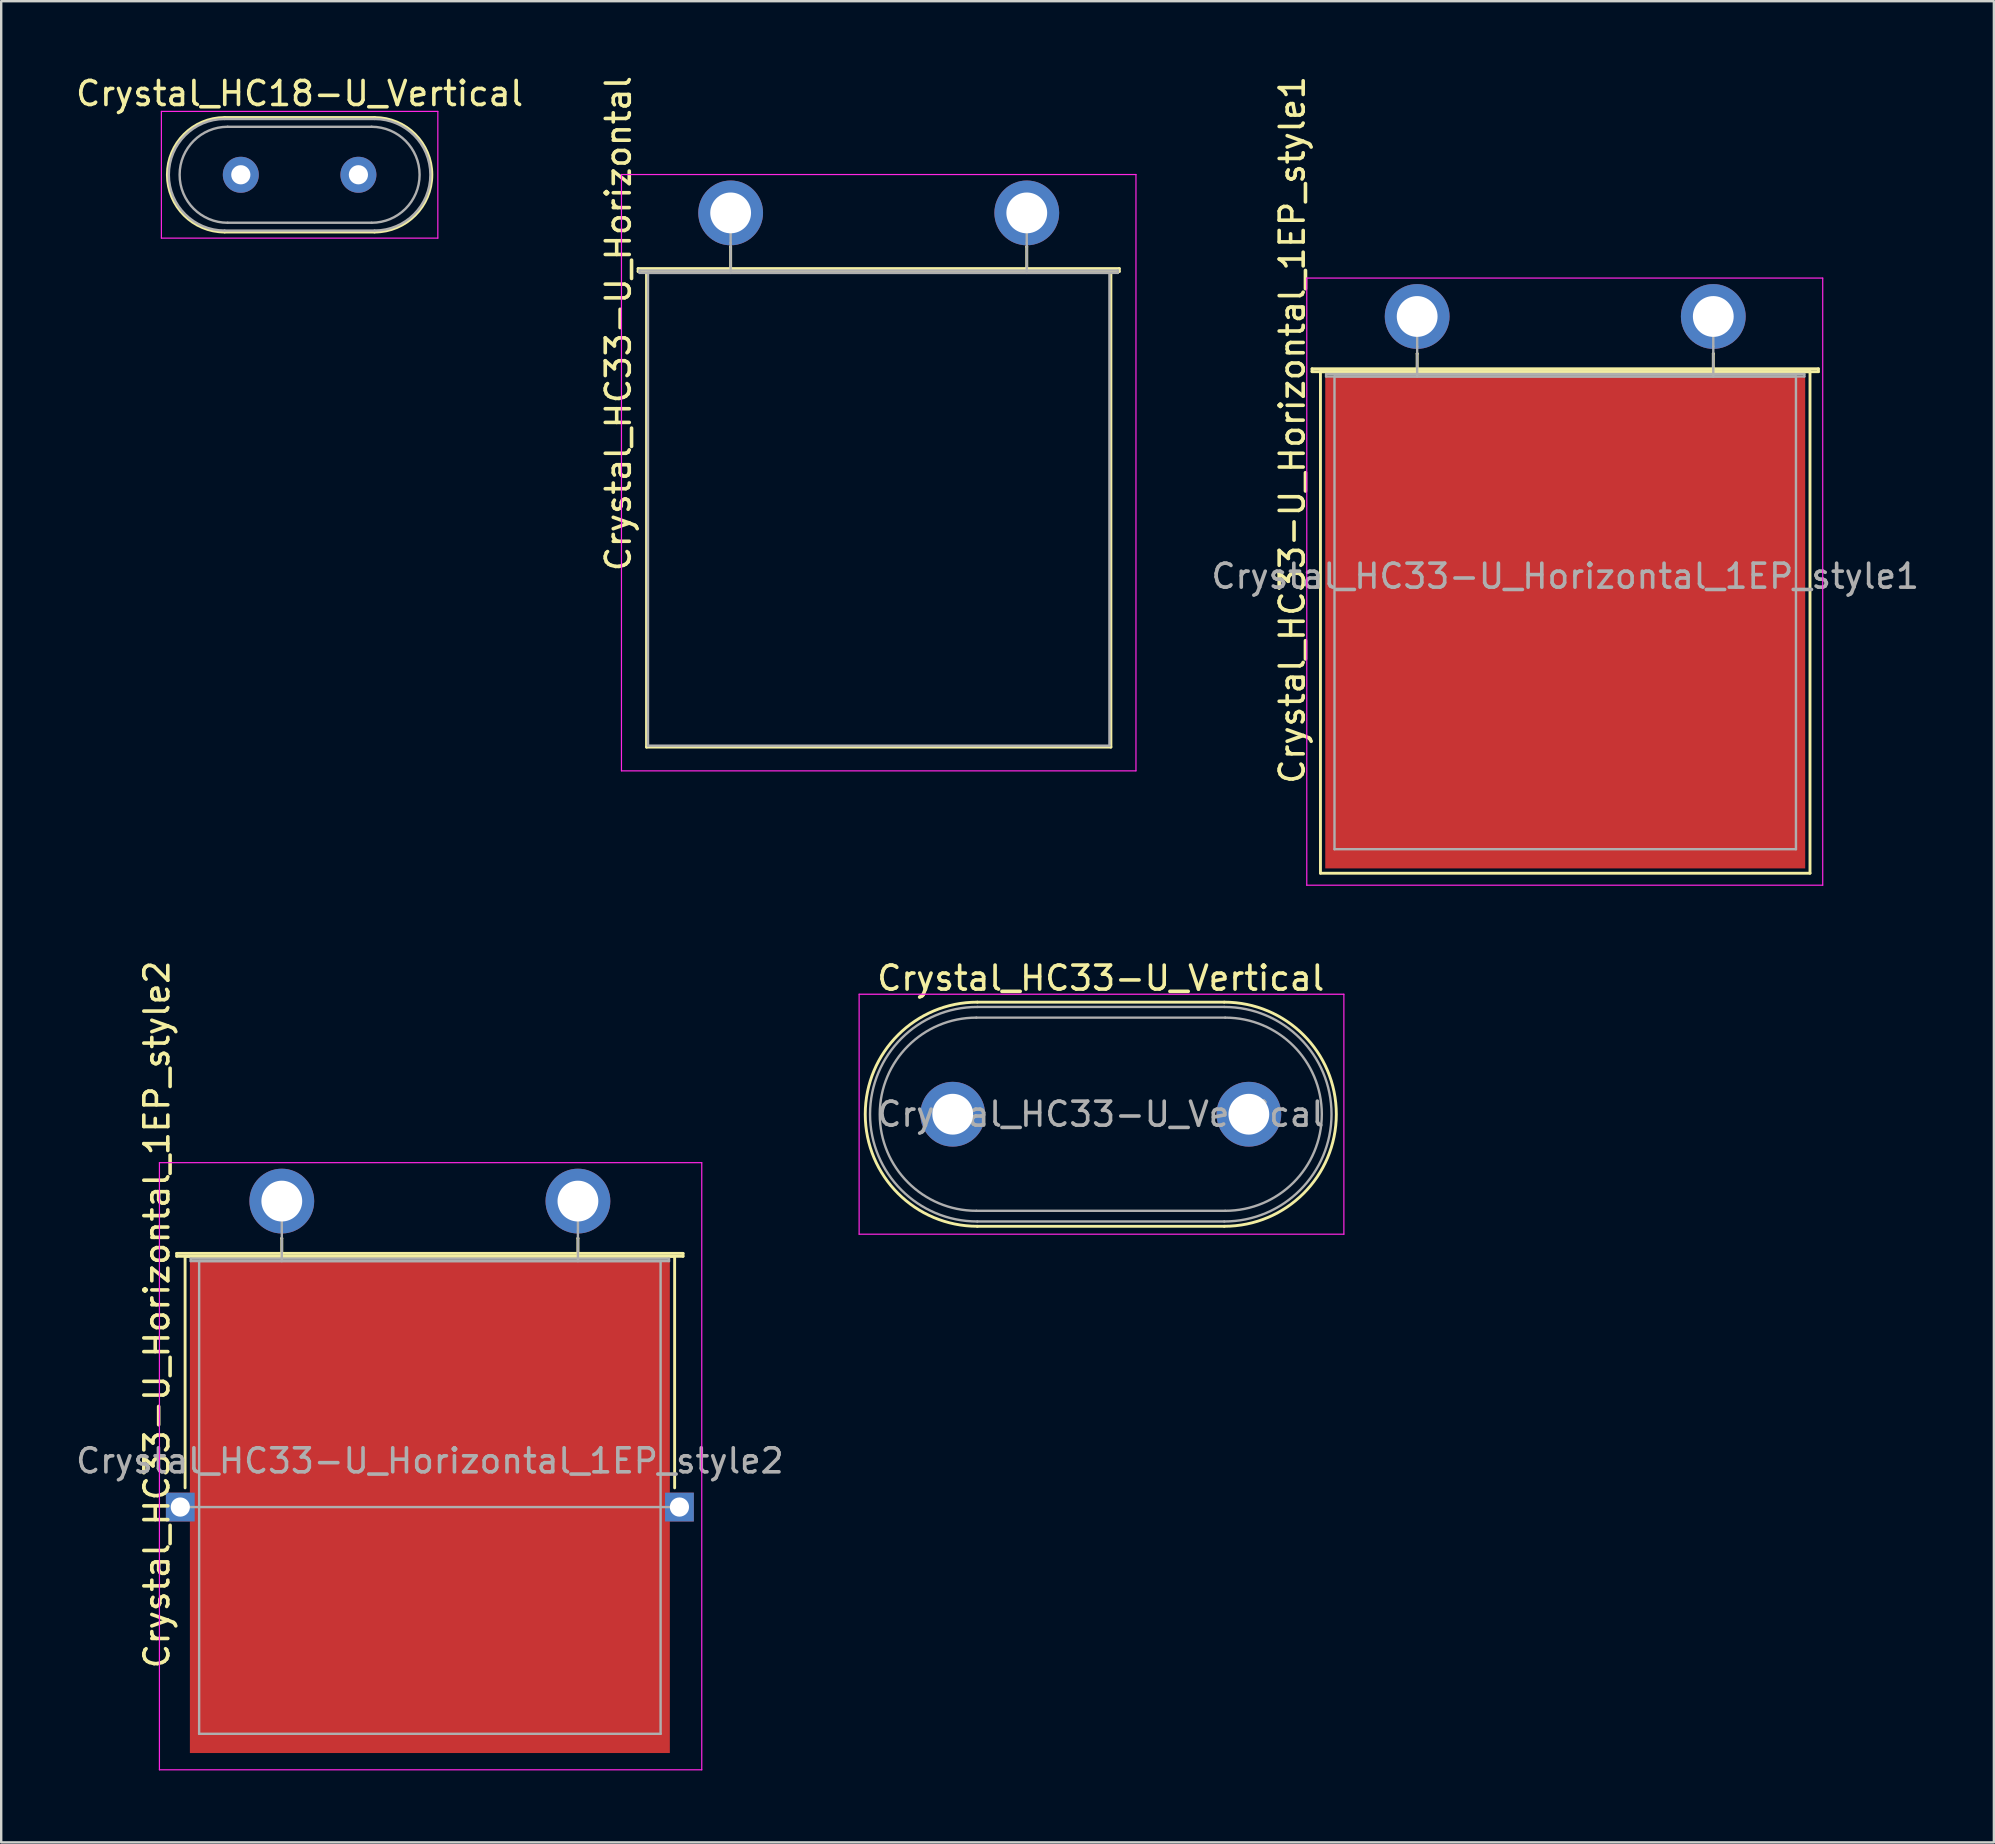
<source format=kicad_pcb>
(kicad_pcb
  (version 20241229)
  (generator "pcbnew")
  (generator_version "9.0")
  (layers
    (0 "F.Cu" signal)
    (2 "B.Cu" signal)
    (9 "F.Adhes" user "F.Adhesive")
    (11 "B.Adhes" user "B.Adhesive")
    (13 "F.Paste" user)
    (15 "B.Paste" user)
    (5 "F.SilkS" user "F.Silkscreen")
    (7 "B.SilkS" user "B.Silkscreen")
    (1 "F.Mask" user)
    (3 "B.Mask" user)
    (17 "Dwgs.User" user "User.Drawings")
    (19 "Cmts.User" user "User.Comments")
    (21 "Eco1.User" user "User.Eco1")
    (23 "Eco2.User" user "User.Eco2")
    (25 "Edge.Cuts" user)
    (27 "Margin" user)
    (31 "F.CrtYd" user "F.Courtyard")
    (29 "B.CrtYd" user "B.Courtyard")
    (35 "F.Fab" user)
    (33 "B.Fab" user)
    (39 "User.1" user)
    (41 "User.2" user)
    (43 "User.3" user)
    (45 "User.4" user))
  (footprint "Crystal_HC33-U_Vertical"
    (layer "F.Cu")
    (at 36.651 43.381)
    (property "Reference" "Crystal_HC33-U_Vertical" (at 6.17 -5.67 0) (layer "F.SilkS") (effects (font (size 1 1) (thickness 0.15))))
    (attr through_hole)
    (fp_line (start 1.025 -4.67) (end 11.315 -4.67) (stroke (width 0.12) (type solid)) (layer "F.SilkS"))
    (fp_line (start 1.025 4.67) (end 11.315 4.67) (stroke (width 0.12) (type solid)) (layer "F.SilkS"))
    (fp_arc (start 1.025 4.67) (mid -3.645 0) (end 1.025 -4.67) (stroke (width 0.12) (type solid)) (layer "F.SilkS"))
    (fp_arc (start 11.315 -4.67) (mid 15.985 0) (end 11.315 4.67) (stroke (width 0.12) (type solid)) (layer "F.SilkS"))
    (fp_line (start -3.9 -5) (end -3.9 5) (stroke (width 0.05) (type solid)) (layer "F.CrtYd"))
    (fp_line (start -3.9 5) (end 16.3 5) (stroke (width 0.05) (type solid)) (layer "F.CrtYd"))
    (fp_line (start 16.3 -5) (end -3.9 -5) (stroke (width 0.05) (type solid)) (layer "F.CrtYd"))
    (fp_line (start 16.3 5) (end 16.3 -5) (stroke (width 0.05) (type solid)) (layer "F.CrtYd"))
    (fp_line (start 0.985 -4.025) (end 11.355 -4.025) (stroke (width 0.1) (type solid)) (layer "F.Fab"))
    (fp_line (start 0.985 4.025) (end 11.355 4.025) (stroke (width 0.1) (type solid)) (layer "F.Fab"))
    (fp_line (start 1.025 -4.47) (end 11.315 -4.47) (stroke (width 0.1) (type solid)) (layer "F.Fab"))
    (fp_line (start 1.025 4.47) (end 11.315 4.47) (stroke (width 0.1) (type solid)) (layer "F.Fab"))
    (fp_arc (start 0.985 4.025) (mid -3.04 0) (end 0.985 -4.025) (stroke (width 0.1) (type solid)) (layer "F.Fab"))
    (fp_arc (start 1.025 4.47) (mid -3.445 0) (end 1.025 -4.47) (stroke (width 0.1) (type solid)) (layer "F.Fab"))
    (fp_arc (start 11.315 -4.47) (mid 15.785 0) (end 11.315 4.47) (stroke (width 0.1) (type solid)) (layer "F.Fab"))
    (fp_arc (start 11.355 -4.025) (mid 15.38 0) (end 11.355 4.025) (stroke (width 0.1) (type solid)) (layer "F.Fab"))
    (fp_text user "${REFERENCE}" (at 6.17 0 0) (layer "F.Fab") (effects (font (size 1 1) (thickness 0.15))))
    (pad "1" thru_hole circle (at 0 0) (size 2.7 2.7) (drill 1.7) (layers "*.Cu" "*.Mask"))
    (pad "2" thru_hole circle (at 12.34 0) (size 2.7 2.7) (drill 1.7) (layers "*.Cu" "*.Mask")))
  (footprint "Crystal_HC33-U_Horizontal"
    (layer "F.Cu")
    (at 27.397 5.822)
    (property "Reference" "Crystal_HC33-U_Horizontal" (at -4.68 4.612 90) (layer "F.SilkS") (effects (font (size 1 1) (thickness 0.15))))
    (attr through_hole)
    (fp_line (start -3.855 2.32) (end 16.195 2.32) (stroke (width 0.12) (type solid)) (layer "F.SilkS"))
    (fp_line (start -3.855 2.44) (end -3.855 2.32) (stroke (width 0.12) (type solid)) (layer "F.SilkS"))
    (fp_line (start -3.505 2.44) (end -3.505 22.26) (stroke (width 0.12) (type solid)) (layer "F.SilkS"))
    (fp_line (start -3.505 22.26) (end 15.845 22.26) (stroke (width 0.12) (type solid)) (layer "F.SilkS"))
    (fp_line (start 0 1.41) (end 0 1.41) (stroke (width 0.12) (type solid)) (layer "F.SilkS"))
    (fp_line (start 0 2.44) (end 0 1.41) (stroke (width 0.12) (type solid)) (layer "F.SilkS"))
    (fp_line (start 12.34 1.41) (end 12.34 1.41) (stroke (width 0.12) (type solid)) (layer "F.SilkS"))
    (fp_line (start 12.34 2.44) (end 12.34 1.41) (stroke (width 0.12) (type solid)) (layer "F.SilkS"))
    (fp_line (start 15.845 2.44) (end -3.505 2.44) (stroke (width 0.12) (type solid)) (layer "F.SilkS"))
    (fp_line (start 15.845 22.26) (end 15.845 2.44) (stroke (width 0.12) (type solid)) (layer "F.SilkS"))
    (fp_line (start 16.195 2.32) (end 16.195 2.44) (stroke (width 0.12) (type solid)) (layer "F.SilkS"))
    (fp_line (start 16.195 2.44) (end -3.855 2.44) (stroke (width 0.12) (type solid)) (layer "F.SilkS"))
    (fp_line (start -4.55 -1.6) (end -4.55 23.25) (stroke (width 0.05) (type solid)) (layer "F.CrtYd"))
    (fp_line (start -4.55 23.25) (end 16.89 23.25) (stroke (width 0.05) (type solid)) (layer "F.CrtYd"))
    (fp_line (start 16.89 -1.6) (end -4.55 -1.6) (stroke (width 0.05) (type solid)) (layer "F.CrtYd"))
    (fp_line (start 16.89 23.25) (end 16.89 -1.6) (stroke (width 0.05) (type solid)) (layer "F.CrtYd"))
    (fp_line (start -3.795 2.4) (end 16.135 2.4) (stroke (width 0.1) (type solid)) (layer "F.Fab"))
    (fp_line (start -3.795 2.5) (end -3.795 2.4) (stroke (width 0.1) (type solid)) (layer "F.Fab"))
    (fp_line (start -3.445 2.5) (end -3.445 22.2) (stroke (width 0.1) (type solid)) (layer "F.Fab"))
    (fp_line (start -3.445 22.2) (end 15.785 22.2) (stroke (width 0.1) (type solid)) (layer "F.Fab"))
    (fp_line (start 0 1.25) (end 0 0) (stroke (width 0.1) (type solid)) (layer "F.Fab"))
    (fp_line (start 0 2.5) (end 0 1.25) (stroke (width 0.1) (type solid)) (layer "F.Fab"))
    (fp_line (start 12.34 1.25) (end 12.34 0) (stroke (width 0.1) (type solid)) (layer "F.Fab"))
    (fp_line (start 12.34 2.5) (end 12.34 1.25) (stroke (width 0.1) (type solid)) (layer "F.Fab"))
    (fp_line (start 15.785 2.5) (end -3.445 2.5) (stroke (width 0.1) (type solid)) (layer "F.Fab"))
    (fp_line (start 15.785 22.2) (end 15.785 2.5) (stroke (width 0.1) (type solid)) (layer "F.Fab"))
    (fp_line (start 16.135 2.4) (end 16.135 2.5) (stroke (width 0.1) (type solid)) (layer "F.Fab"))
    (fp_line (start 16.135 2.5) (end -3.795 2.5) (stroke (width 0.1) (type solid)) (layer "F.Fab"))
    (pad "1" thru_hole circle (at 0 0) (size 2.7 2.7) (drill 1.7) (layers "*.Cu" "*.Mask"))
    (pad "2" thru_hole circle (at 12.34 0) (size 2.7 2.7) (drill 1.7) (layers "*.Cu" "*.Mask")))
  (footprint "Crystal_HC33-U_Horizontal_1EP_style1"
    (layer "F.Cu")
    (at 56.005 10.138)
    (property "Reference" "Crystal_HC33-U_Horizontal_1EP_style1" (at -5.205 4.725 90) (layer "F.SilkS") (effects (font (size 1 1) (thickness 0.15))))
    (attr through_hole)
    (fp_line (start -4.38 2.18) (end 16.72 2.18) (stroke (width 0.12) (type solid)) (layer "F.SilkS"))
    (fp_line (start -4.38 2.3) (end -4.38 2.18) (stroke (width 0.12) (type solid)) (layer "F.SilkS"))
    (fp_line (start -4.03 2.3) (end -4.03 23.2) (stroke (width 0.12) (type solid)) (layer "F.SilkS"))
    (fp_line (start -4.03 23.2) (end 16.37 23.2) (stroke (width 0.12) (type solid)) (layer "F.SilkS"))
    (fp_line (start 0 1.55) (end 0 1.55) (stroke (width 0.12) (type solid)) (layer "F.SilkS"))
    (fp_line (start 0 2.3) (end 0 1.55) (stroke (width 0.12) (type solid)) (layer "F.SilkS"))
    (fp_line (start 12.34 1.55) (end 12.34 1.55) (stroke (width 0.12) (type solid)) (layer "F.SilkS"))
    (fp_line (start 12.34 2.3) (end 12.34 1.55) (stroke (width 0.12) (type solid)) (layer "F.SilkS"))
    (fp_line (start 16.37 2.3) (end -4.03 2.3) (stroke (width 0.12) (type solid)) (layer "F.SilkS"))
    (fp_line (start 16.37 23.2) (end 16.37 2.3) (stroke (width 0.12) (type solid)) (layer "F.SilkS"))
    (fp_line (start 16.72 2.18) (end 16.72 2.3) (stroke (width 0.12) (type solid)) (layer "F.SilkS"))
    (fp_line (start 16.72 2.3) (end -4.38 2.3) (stroke (width 0.12) (type solid)) (layer "F.SilkS"))
    (fp_line (start -4.6 -1.6) (end -4.6 23.7) (stroke (width 0.05) (type solid)) (layer "F.CrtYd"))
    (fp_line (start -4.6 23.7) (end 16.9 23.7) (stroke (width 0.05) (type solid)) (layer "F.CrtYd"))
    (fp_line (start 16.9 -1.6) (end -4.6 -1.6) (stroke (width 0.05) (type solid)) (layer "F.CrtYd"))
    (fp_line (start 16.9 23.7) (end 16.9 -1.6) (stroke (width 0.05) (type solid)) (layer "F.CrtYd"))
    (fp_line (start -3.795 2.4) (end 16.135 2.4) (stroke (width 0.1) (type solid)) (layer "F.Fab"))
    (fp_line (start -3.795 2.5) (end -3.795 2.4) (stroke (width 0.1) (type solid)) (layer "F.Fab"))
    (fp_line (start -3.445 2.5) (end -3.445 22.2) (stroke (width 0.1) (type solid)) (layer "F.Fab"))
    (fp_line (start -3.445 22.2) (end 15.785 22.2) (stroke (width 0.1) (type solid)) (layer "F.Fab"))
    (fp_line (start 0 1.25) (end 0 0) (stroke (width 0.1) (type solid)) (layer "F.Fab"))
    (fp_line (start 0 2.5) (end 0 1.25) (stroke (width 0.1) (type solid)) (layer "F.Fab"))
    (fp_line (start 12.34 1.25) (end 12.34 0) (stroke (width 0.1) (type solid)) (layer "F.Fab"))
    (fp_line (start 12.34 2.5) (end 12.34 1.25) (stroke (width 0.1) (type solid)) (layer "F.Fab"))
    (fp_line (start 15.785 2.5) (end -3.445 2.5) (stroke (width 0.1) (type solid)) (layer "F.Fab"))
    (fp_line (start 15.785 22.2) (end 15.785 2.5) (stroke (width 0.1) (type solid)) (layer "F.Fab"))
    (fp_line (start 16.135 2.4) (end 16.135 2.5) (stroke (width 0.1) (type solid)) (layer "F.Fab"))
    (fp_line (start 16.135 2.5) (end -3.795 2.5) (stroke (width 0.1) (type solid)) (layer "F.Fab"))
    (fp_text user "${REFERENCE}" (at 6.17 10.825 0) (layer "F.Fab") (effects (font (size 1 1) (thickness 0.15))))
    (pad "1" thru_hole circle (at 0 0) (size 2.7 2.7) (drill 1.7) (layers "*.Cu" "*.Mask"))
    (pad "2" thru_hole circle (at 12.34 0) (size 2.7 2.7) (drill 1.7) (layers "*.Cu" "*.Mask"))
    (pad "3" smd rect (at 6.17 12.75) (size 20 20.5) (layers "F.Cu" "F.Mask" "F.Paste")))
  (footprint "Crystal_HC18-U_Vertical"
    (layer "F.Cu")
    (at 6.985 4.233)
    (property "Reference" "Crystal_HC18-U_Vertical" (at 2.45 -3.385 0) (layer "F.SilkS") (effects (font (size 1 1) (thickness 0.15))))
    (attr through_hole)
    (fp_line (start -0.675 -2.385) (end 5.575 -2.385) (stroke (width 0.12) (type solid)) (layer "F.SilkS"))
    (fp_line (start -0.675 2.385) (end 5.575 2.385) (stroke (width 0.12) (type solid)) (layer "F.SilkS"))
    (fp_arc (start -0.675 2.385) (mid -3.06 0) (end -0.675 -2.385) (stroke (width 0.12) (type solid)) (layer "F.SilkS"))
    (fp_arc (start 5.575 -2.385) (mid 7.96 0) (end 5.575 2.385) (stroke (width 0.12) (type solid)) (layer "F.SilkS"))
    (fp_line (start -3.31 -2.64) (end -3.31 2.64) (stroke (width 0.05) (type solid)) (layer "F.CrtYd"))
    (fp_line (start -3.31 2.64) (end 8.21 2.64) (stroke (width 0.05) (type solid)) (layer "F.CrtYd"))
    (fp_line (start 8.21 -2.64) (end -3.31 -2.64) (stroke (width 0.05) (type solid)) (layer "F.CrtYd"))
    (fp_line (start 8.21 2.64) (end 8.21 -2.64) (stroke (width 0.05) (type solid)) (layer "F.CrtYd"))
    (fp_line (start -0.675 -2.325) (end 5.575 -2.325) (stroke (width 0.1) (type solid)) (layer "F.Fab"))
    (fp_line (start -0.675 2.325) (end 5.575 2.325) (stroke (width 0.1) (type solid)) (layer "F.Fab"))
    (fp_line (start -0.55 -2) (end 5.45 -2) (stroke (width 0.1) (type solid)) (layer "F.Fab"))
    (fp_line (start -0.55 2) (end 5.45 2) (stroke (width 0.1) (type solid)) (layer "F.Fab"))
    (fp_arc (start -0.675 2.325) (mid -3 0) (end -0.675 -2.325) (stroke (width 0.1) (type solid)) (layer "F.Fab"))
    (fp_arc (start -0.55 2) (mid -2.55 0) (end -0.55 -2) (stroke (width 0.1) (type solid)) (layer "F.Fab"))
    (fp_arc (start 5.45 -2) (mid 7.45 0) (end 5.45 2) (stroke (width 0.1) (type solid)) (layer "F.Fab"))
    (fp_arc (start 5.575 -2.325) (mid 7.9 0) (end 5.575 2.325) (stroke (width 0.1) (type solid)) (layer "F.Fab"))
    (pad "1" thru_hole circle (at 0 0) (size 1.5 1.5) (drill 0.8) (layers "*.Cu" "*.Mask"))
    (pad "2" thru_hole circle (at 4.9 0) (size 1.5 1.5) (drill 0.8) (layers "*.Cu" "*.Mask")))
  (footprint "Crystal_HC33-U_Horizontal_1EP_style2"
    (layer "F.Cu")
    (at 8.693 47.001)
    (property "Reference" "Crystal_HC33-U_Horizontal_1EP_style2" (at -5.205 4.725 90) (layer "F.SilkS") (effects (font (size 1 1) (thickness 0.15))))
    (attr through_hole)
    (fp_line (start -4.38 2.18) (end 16.72 2.18) (stroke (width 0.12) (type solid)) (layer "F.SilkS"))
    (fp_line (start -4.38 2.3) (end -4.38 2.18) (stroke (width 0.12) (type solid)) (layer "F.SilkS"))
    (fp_line (start -4.03 2.3) (end 16.37 2.3) (stroke (width 0.12) (type solid)) (layer "F.SilkS"))
    (fp_line (start -4.03 11.95) (end -4.03 2.3) (stroke (width 0.12) (type solid)) (layer "F.SilkS"))
    (fp_line (start 0 1.55) (end 0 1.55) (stroke (width 0.12) (type solid)) (layer "F.SilkS"))
    (fp_line (start 0 2.3) (end 0 1.55) (stroke (width 0.12) (type solid)) (layer "F.SilkS"))
    (fp_line (start 12.34 1.55) (end 12.34 1.55) (stroke (width 0.12) (type solid)) (layer "F.SilkS"))
    (fp_line (start 12.34 2.3) (end 12.34 1.55) (stroke (width 0.12) (type solid)) (layer "F.SilkS"))
    (fp_line (start 16.37 2.3) (end 16.37 11.95) (stroke (width 0.12) (type solid)) (layer "F.SilkS"))
    (fp_line (start 16.72 2.18) (end 16.72 2.3) (stroke (width 0.12) (type solid)) (layer "F.SilkS"))
    (fp_line (start 16.72 2.3) (end -4.38 2.3) (stroke (width 0.12) (type solid)) (layer "F.SilkS"))
    (fp_line (start -5.1 -1.6) (end -5.1 23.7) (stroke (width 0.05) (type solid)) (layer "F.CrtYd"))
    (fp_line (start -5.1 23.7) (end 17.5 23.7) (stroke (width 0.05) (type solid)) (layer "F.CrtYd"))
    (fp_line (start 17.5 -1.6) (end -5.1 -1.6) (stroke (width 0.05) (type solid)) (layer "F.CrtYd"))
    (fp_line (start 17.5 23.7) (end 17.5 -1.6) (stroke (width 0.05) (type solid)) (layer "F.CrtYd"))
    (fp_line (start -4.23 12.75) (end 16.57 12.75) (stroke (width 0.1) (type solid)) (layer "F.Fab"))
    (fp_line (start -3.795 2.4) (end 16.135 2.4) (stroke (width 0.1) (type solid)) (layer "F.Fab"))
    (fp_line (start -3.795 2.5) (end -3.795 2.4) (stroke (width 0.1) (type solid)) (layer "F.Fab"))
    (fp_line (start -3.445 2.5) (end -3.445 22.2) (stroke (width 0.1) (type solid)) (layer "F.Fab"))
    (fp_line (start -3.445 22.2) (end 15.785 22.2) (stroke (width 0.1) (type solid)) (layer "F.Fab"))
    (fp_line (start 0 1.25) (end 0 0) (stroke (width 0.1) (type solid)) (layer "F.Fab"))
    (fp_line (start 0 2.5) (end 0 1.25) (stroke (width 0.1) (type solid)) (layer "F.Fab"))
    (fp_line (start 12.34 1.25) (end 12.34 0) (stroke (width 0.1) (type solid)) (layer "F.Fab"))
    (fp_line (start 12.34 2.5) (end 12.34 1.25) (stroke (width 0.1) (type solid)) (layer "F.Fab"))
    (fp_line (start 15.785 2.5) (end -3.445 2.5) (stroke (width 0.1) (type solid)) (layer "F.Fab"))
    (fp_line (start 15.785 22.2) (end 15.785 2.5) (stroke (width 0.1) (type solid)) (layer "F.Fab"))
    (fp_line (start 16.135 2.4) (end 16.135 2.5) (stroke (width 0.1) (type solid)) (layer "F.Fab"))
    (fp_line (start 16.135 2.5) (end -3.795 2.5) (stroke (width 0.1) (type solid)) (layer "F.Fab"))
    (fp_text user "${REFERENCE}" (at 6.17 10.825 0) (layer "F.Fab") (effects (font (size 1 1) (thickness 0.15))))
    (pad "1" thru_hole circle (at 0 0) (size 2.7 2.7) (drill 1.7) (layers "*.Cu" "*.Mask"))
    (pad "2" thru_hole circle (at 12.34 0) (size 2.7 2.7) (drill 1.7) (layers "*.Cu" "*.Mask"))
    (pad "3" thru_hole rect (at -4.23 12.75) (size 1.2 1.2) (drill 0.8) (layers "*.Cu" "*.Mask"))
    (pad "3" smd rect (at 6.17 12.75) (size 20 20.5) (layers "F.Cu" "F.Mask" "F.Paste"))
    (pad "3" thru_hole rect (at 16.57 12.75) (size 1.2 1.2) (drill 0.8) (layers "*.Cu" "*.Mask")))
  (gr_rect
    (start -3 -3)
    (end 80.038 73.726)
    (stroke (width 0.1) (type default))
    (fill no)
    (layer "Edge.Cuts")))
</source>
